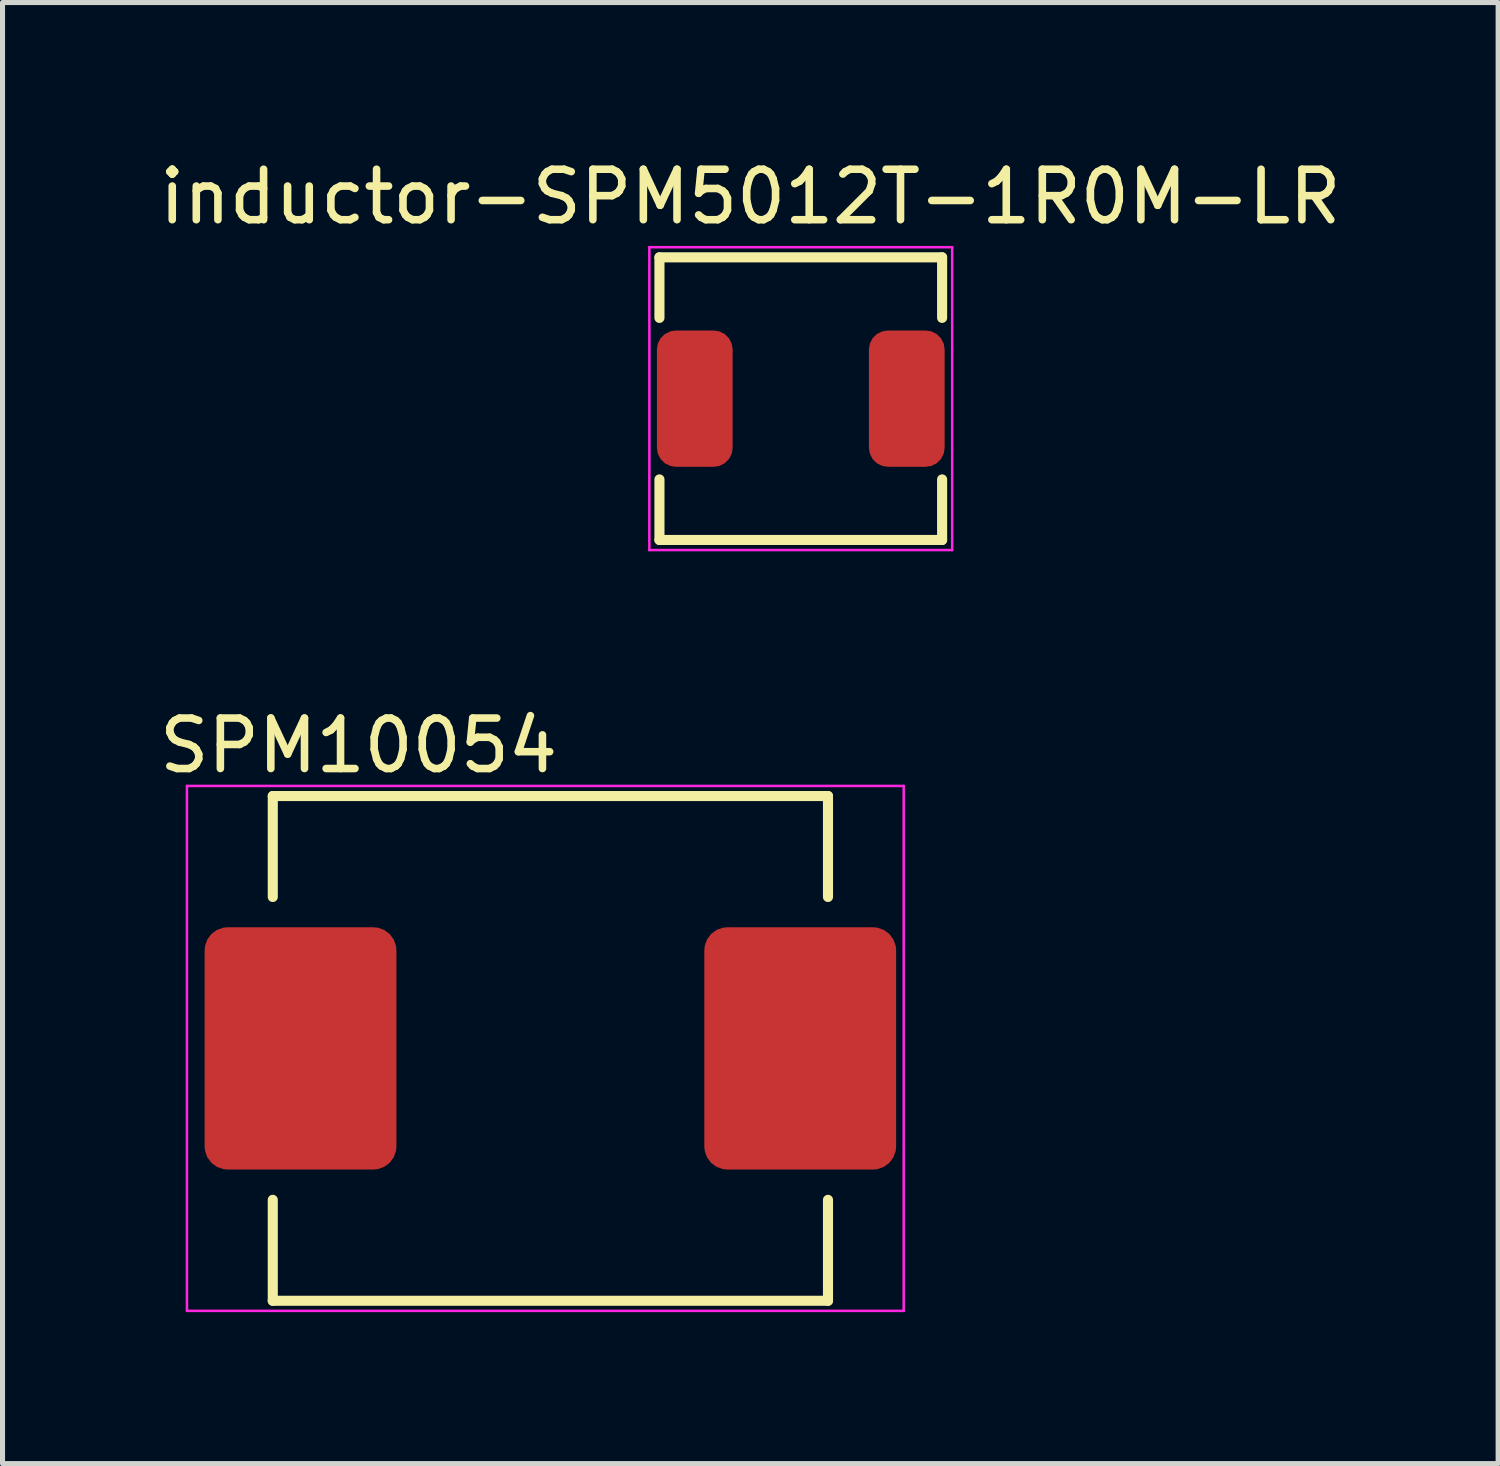
<source format=kicad_pcb>
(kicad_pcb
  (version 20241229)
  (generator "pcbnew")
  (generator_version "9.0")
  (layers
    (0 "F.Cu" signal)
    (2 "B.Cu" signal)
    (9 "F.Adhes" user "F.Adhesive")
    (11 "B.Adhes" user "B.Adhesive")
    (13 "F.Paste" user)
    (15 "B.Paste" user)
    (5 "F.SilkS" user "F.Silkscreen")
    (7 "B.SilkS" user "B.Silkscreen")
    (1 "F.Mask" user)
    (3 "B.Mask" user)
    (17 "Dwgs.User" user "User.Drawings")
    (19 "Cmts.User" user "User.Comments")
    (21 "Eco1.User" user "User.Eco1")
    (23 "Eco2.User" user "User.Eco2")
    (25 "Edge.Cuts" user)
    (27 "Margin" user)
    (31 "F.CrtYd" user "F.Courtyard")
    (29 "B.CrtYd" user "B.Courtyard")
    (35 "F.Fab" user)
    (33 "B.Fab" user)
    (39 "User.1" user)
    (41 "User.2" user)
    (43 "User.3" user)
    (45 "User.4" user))
  (footprint "SPM10054"
    (layer "F.Cu")
    (at 7.854 17.721)
    (property "Reference" "SPM10054" (at -3.8 -6 0) (layer "F.SilkS") (effects (font (size 1 1) (thickness 0.15))))
    (attr through_hole)
    (fp_line (start -5.5 -5) (end -5.5 -3) (stroke (width 0.2) (type solid)) (layer "F.SilkS"))
    (fp_line (start -5.5 3) (end -5.5 5) (stroke (width 0.2) (type solid)) (layer "F.SilkS"))
    (fp_line (start -5.5 5) (end 5.5 5) (stroke (width 0.2) (type solid)) (layer "F.SilkS"))
    (fp_line (start 0 -5) (end -5.5 -5) (stroke (width 0.2) (type solid)) (layer "F.SilkS"))
    (fp_line (start 5.5 -5) (end 0 -5) (stroke (width 0.2) (type solid)) (layer "F.SilkS"))
    (fp_line (start 5.5 -3) (end 5.5 -5) (stroke (width 0.2) (type solid)) (layer "F.SilkS"))
    (fp_line (start 5.5 5) (end 5.5 3) (stroke (width 0.2) (type solid)) (layer "F.SilkS"))
    (fp_line (start -7.2 -5.2) (end -7.2 5.2) (stroke (width 0.05) (type solid)) (layer "F.CrtYd"))
    (fp_line (start -7.2 5.2) (end 7 5.2) (stroke (width 0.05) (type solid)) (layer "F.CrtYd"))
    (fp_line (start 7 -5.2) (end -7.2 -5.2) (stroke (width 0.05) (type solid)) (layer "F.CrtYd"))
    (fp_line (start 7 5.2) (end 7 -5.2) (stroke (width 0.05) (type solid)) (layer "F.CrtYd"))
    (pad "1" smd roundrect (at -4.95 0) (size 3.8 4.8) (layers "F.Cu" "F.Mask" "F.Paste") (roundrect_rratio 0.12))
    (pad "2" smd roundrect (at 4.95 0) (size 3.8 4.8) (layers "F.Cu" "F.Mask" "F.Paste") (roundrect_rratio 0.12)))
  (footprint "inductor-SPM5012T-1R0M-LR"
    (layer "F.Cu")
    (at 12.815 4.848)
    (property "Reference" "inductor-SPM5012T-1R0M-LR" (at -1 -4 0) (layer "F.SilkS") (effects (font (size 1 1) (thickness 0.15))))
    (attr through_hole)
    (fp_line (start -2.8 -2.8) (end -2.8 -1.6) (stroke (width 0.2) (type solid)) (layer "F.SilkS"))
    (fp_line (start -2.8 -2.8) (end 2.8 -2.8) (stroke (width 0.2) (type solid)) (layer "F.SilkS"))
    (fp_line (start -2.8 2.8) (end -2.8 1.6) (stroke (width 0.2) (type solid)) (layer "F.SilkS"))
    (fp_line (start 2.8 -2.8) (end 2.8 -1.6) (stroke (width 0.2) (type solid)) (layer "F.SilkS"))
    (fp_line (start 2.8 1.6) (end 2.8 2.8) (stroke (width 0.2) (type solid)) (layer "F.SilkS"))
    (fp_line (start 2.8 2.8) (end -2.8 2.8) (stroke (width 0.2) (type solid)) (layer "F.SilkS"))
    (fp_line (start -3 -3) (end 3 -3) (stroke (width 0.05) (type solid)) (layer "F.CrtYd"))
    (fp_line (start -3 3) (end -3 -3) (stroke (width 0.05) (type solid)) (layer "F.CrtYd"))
    (fp_line (start 3 -3) (end 3 3) (stroke (width 0.05) (type solid)) (layer "F.CrtYd"))
    (fp_line (start 3 3) (end -3 3) (stroke (width 0.05) (type solid)) (layer "F.CrtYd"))
    (pad "1" smd roundrect (at 2.1 0) (size 1.5 2.7) (layers "F.Cu" "F.Mask" "F.Paste") (roundrect_rratio 0.25))
    (pad "2" smd roundrect (at -2.1 0) (size 1.5 2.7) (layers "F.Cu" "F.Mask" "F.Paste") (roundrect_rratio 0.25)))
  (gr_rect
    (start -3 -3)
    (end 26.631 25.947)
    (stroke (width 0.1) (type default))
    (fill no)
    (layer "Edge.Cuts")))
</source>
